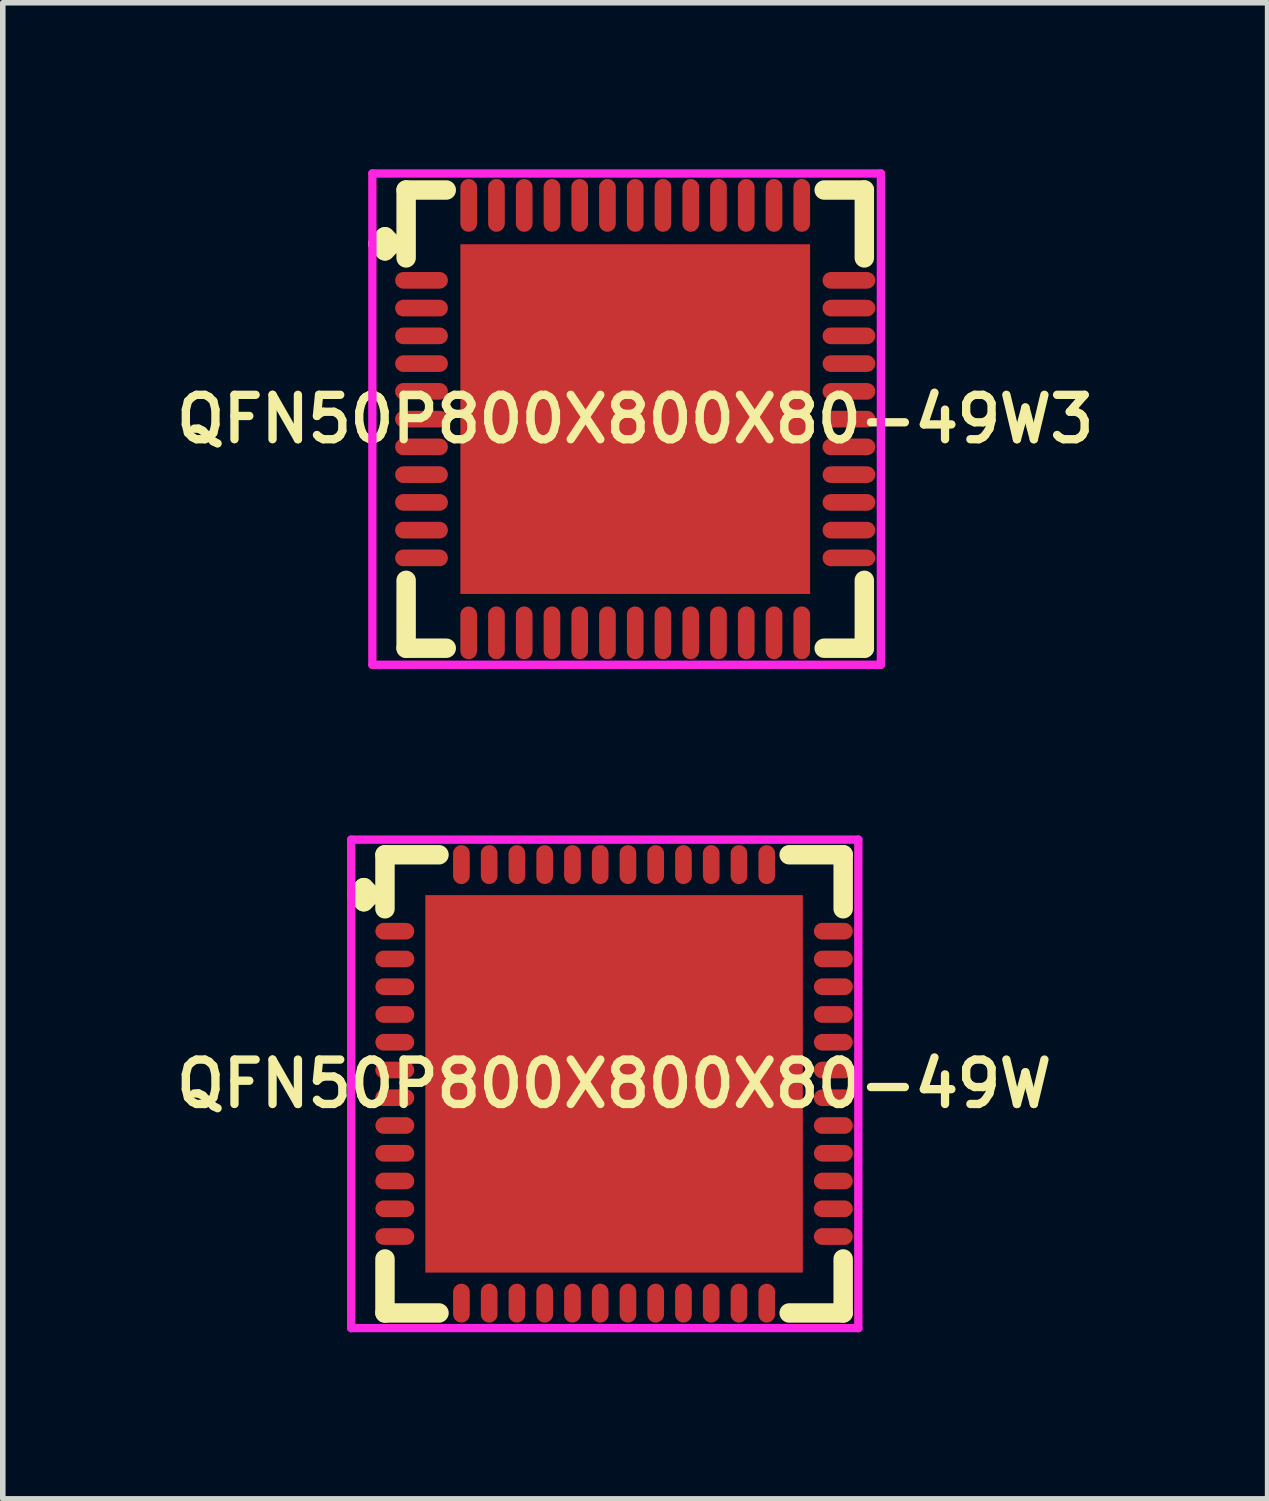
<source format=kicad_pcb>
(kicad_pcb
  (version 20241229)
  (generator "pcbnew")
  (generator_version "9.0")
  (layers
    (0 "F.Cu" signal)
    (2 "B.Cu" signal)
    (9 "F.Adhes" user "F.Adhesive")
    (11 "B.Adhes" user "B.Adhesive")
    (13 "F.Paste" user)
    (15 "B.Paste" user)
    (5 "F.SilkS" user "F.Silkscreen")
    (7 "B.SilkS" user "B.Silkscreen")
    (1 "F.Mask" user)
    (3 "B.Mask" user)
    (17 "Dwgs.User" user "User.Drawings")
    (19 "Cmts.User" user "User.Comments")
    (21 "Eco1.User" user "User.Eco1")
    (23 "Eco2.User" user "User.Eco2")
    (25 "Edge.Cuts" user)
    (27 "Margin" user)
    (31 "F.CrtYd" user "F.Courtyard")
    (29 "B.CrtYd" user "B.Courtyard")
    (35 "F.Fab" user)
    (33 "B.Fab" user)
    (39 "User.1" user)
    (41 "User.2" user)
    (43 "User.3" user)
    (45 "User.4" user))
  (footprint "QFN50P800X800X80-49W3"
    (layer "F.Cu")
    (at 8.393 4.5)
    (property "Reference" "QFN50P800X800X80-49W3" (at 0 0 0) (layer "F.SilkS") (effects (font (size 0.8 0.8) (thickness 0.15))))
    (attr through_hole)
    (fp_line (start -4.635 -3.158) (end -4.508 -3.285) (stroke (width 0.35) (type solid)) (layer "F.SilkS"))
    (fp_line (start -4.508 -3.285) (end -4.381 -3.158) (stroke (width 0.35) (type solid)) (layer "F.SilkS"))
    (fp_line (start -4.508 -3.031) (end -4.635 -3.158) (stroke (width 0.35) (type solid)) (layer "F.SilkS"))
    (fp_line (start -4.381 -3.158) (end -4.508 -3.031) (stroke (width 0.35) (type solid)) (layer "F.SilkS"))
    (fp_line (start -4.127 -4.127) (end -3.404 -4.127) (stroke (width 0.35) (type solid)) (layer "F.SilkS"))
    (fp_line (start -4.127 -2.904) (end -4.127 -4.127) (stroke (width 0.35) (type solid)) (layer "F.SilkS"))
    (fp_line (start -4.127 2.904) (end -4.127 4.127) (stroke (width 0.35) (type solid)) (layer "F.SilkS"))
    (fp_line (start -4.127 4.127) (end -3.404 4.127) (stroke (width 0.35) (type solid)) (layer "F.SilkS"))
    (fp_line (start 3.404 -4.127) (end 4.127 -4.127) (stroke (width 0.35) (type solid)) (layer "F.SilkS"))
    (fp_line (start 3.404 4.127) (end 4.127 4.127) (stroke (width 0.35) (type solid)) (layer "F.SilkS"))
    (fp_line (start 4.127 -4.127) (end 4.127 -2.904) (stroke (width 0.35) (type solid)) (layer "F.SilkS"))
    (fp_line (start 4.127 4.127) (end 4.127 2.904) (stroke (width 0.35) (type solid)) (layer "F.SilkS"))
    (fp_line (start -4.735 -4.425) (end 4.425 -4.425) (stroke (width 0.15) (type solid)) (layer "F.CrtYd"))
    (fp_line (start -4.735 4.425) (end -4.735 -4.425) (stroke (width 0.15) (type solid)) (layer "F.CrtYd"))
    (fp_line (start 4.425 -4.425) (end 4.425 4.425) (stroke (width 0.15) (type solid)) (layer "F.CrtYd"))
    (fp_line (start 4.425 4.425) (end -4.735 4.425) (stroke (width 0.15) (type solid)) (layer "F.CrtYd"))
    (pad "1" smd oval (at -3.85 -2.5) (size 0.95 0.3) (layers "F.Cu" "F.Mask" "F.Paste"))
    (pad "2" smd oval (at -3.85 -2) (size 0.95 0.3) (layers "F.Cu" "F.Mask" "F.Paste"))
    (pad "3" smd oval (at -3.85 -1.5) (size 0.95 0.3) (layers "F.Cu" "F.Mask" "F.Paste"))
    (pad "4" smd oval (at -3.85 -1) (size 0.95 0.3) (layers "F.Cu" "F.Mask" "F.Paste"))
    (pad "5" smd oval (at -3.85 -0.5) (size 0.95 0.3) (layers "F.Cu" "F.Mask" "F.Paste"))
    (pad "6" smd oval (at -3.85 0) (size 0.95 0.3) (layers "F.Cu" "F.Mask" "F.Paste"))
    (pad "7" smd oval (at -3.85 0.5) (size 0.95 0.3) (layers "F.Cu" "F.Mask" "F.Paste"))
    (pad "8" smd oval (at -3.85 1) (size 0.95 0.3) (layers "F.Cu" "F.Mask" "F.Paste"))
    (pad "9" smd oval (at -3.85 1.5) (size 0.95 0.3) (layers "F.Cu" "F.Mask" "F.Paste"))
    (pad "10" smd oval (at -3.85 2) (size 0.95 0.3) (layers "F.Cu" "F.Mask" "F.Paste"))
    (pad "11" smd oval (at -3.85 2.5) (size 0.95 0.3) (layers "F.Cu" "F.Mask" "F.Paste"))
    (pad "12" smd oval (at -3 3.85) (size 0.3 0.95) (layers "F.Cu" "F.Mask" "F.Paste"))
    (pad "13" smd oval (at -2.5 3.85) (size 0.3 0.95) (layers "F.Cu" "F.Mask" "F.Paste"))
    (pad "14" smd oval (at -2 3.85) (size 0.3 0.95) (layers "F.Cu" "F.Mask" "F.Paste"))
    (pad "15" smd oval (at -1.5 3.85) (size 0.3 0.95) (layers "F.Cu" "F.Mask" "F.Paste"))
    (pad "16" smd oval (at -1 3.85) (size 0.3 0.95) (layers "F.Cu" "F.Mask" "F.Paste"))
    (pad "17" smd oval (at -0.5 3.85) (size 0.3 0.95) (layers "F.Cu" "F.Mask" "F.Paste"))
    (pad "18" smd oval (at 0 3.85) (size 0.3 0.95) (layers "F.Cu" "F.Mask" "F.Paste"))
    (pad "19" smd oval (at 0.5 3.85) (size 0.3 0.95) (layers "F.Cu" "F.Mask" "F.Paste"))
    (pad "20" smd oval (at 1 3.85) (size 0.3 0.95) (layers "F.Cu" "F.Mask" "F.Paste"))
    (pad "21" smd oval (at 1.5 3.85) (size 0.3 0.95) (layers "F.Cu" "F.Mask" "F.Paste"))
    (pad "22" smd oval (at 2 3.85) (size 0.3 0.95) (layers "F.Cu" "F.Mask" "F.Paste"))
    (pad "23" smd oval (at 2.5 3.85) (size 0.3 0.95) (layers "F.Cu" "F.Mask" "F.Paste"))
    (pad "24" smd oval (at 3 3.85) (size 0.3 0.95) (layers "F.Cu" "F.Mask" "F.Paste"))
    (pad "25" smd oval (at 3.85 2.5) (size 0.95 0.3) (layers "F.Cu" "F.Mask" "F.Paste"))
    (pad "26" smd oval (at 3.85 2) (size 0.95 0.3) (layers "F.Cu" "F.Mask" "F.Paste"))
    (pad "27" smd oval (at 3.85 1.5) (size 0.95 0.3) (layers "F.Cu" "F.Mask" "F.Paste"))
    (pad "28" smd oval (at 3.85 1) (size 0.95 0.3) (layers "F.Cu" "F.Mask" "F.Paste"))
    (pad "29" smd oval (at 3.85 0.5) (size 0.95 0.3) (layers "F.Cu" "F.Mask" "F.Paste"))
    (pad "30" smd oval (at 3.85 0) (size 0.95 0.3) (layers "F.Cu" "F.Mask" "F.Paste"))
    (pad "31" smd oval (at 3.85 -0.5) (size 0.95 0.3) (layers "F.Cu" "F.Mask" "F.Paste"))
    (pad "32" smd oval (at 3.85 -1) (size 0.95 0.3) (layers "F.Cu" "F.Mask" "F.Paste"))
    (pad "33" smd oval (at 3.85 -1.5) (size 0.95 0.3) (layers "F.Cu" "F.Mask" "F.Paste"))
    (pad "34" smd oval (at 3.85 -2) (size 0.95 0.3) (layers "F.Cu" "F.Mask" "F.Paste"))
    (pad "35" smd oval (at 3.85 -2.5) (size 0.95 0.3) (layers "F.Cu" "F.Mask" "F.Paste"))
    (pad "36" smd oval (at 3 -3.85) (size 0.3 0.95) (layers "F.Cu" "F.Mask" "F.Paste"))
    (pad "37" smd oval (at 2.5 -3.85) (size 0.3 0.95) (layers "F.Cu" "F.Mask" "F.Paste"))
    (pad "38" smd oval (at 2 -3.85) (size 0.3 0.95) (layers "F.Cu" "F.Mask" "F.Paste"))
    (pad "39" smd oval (at 1.5 -3.85) (size 0.3 0.95) (layers "F.Cu" "F.Mask" "F.Paste"))
    (pad "40" smd oval (at 1 -3.85) (size 0.3 0.95) (layers "F.Cu" "F.Mask" "F.Paste"))
    (pad "41" smd oval (at 0.5 -3.85) (size 0.3 0.95) (layers "F.Cu" "F.Mask" "F.Paste"))
    (pad "42" smd oval (at 0 -3.85) (size 0.3 0.95) (layers "F.Cu" "F.Mask" "F.Paste"))
    (pad "43" smd oval (at -0.5 -3.85) (size 0.3 0.95) (layers "F.Cu" "F.Mask" "F.Paste"))
    (pad "44" smd oval (at -1 -3.85) (size 0.3 0.95) (layers "F.Cu" "F.Mask" "F.Paste"))
    (pad "45" smd oval (at -1.5 -3.85) (size 0.3 0.95) (layers "F.Cu" "F.Mask" "F.Paste"))
    (pad "46" smd oval (at -2 -3.85) (size 0.3 0.95) (layers "F.Cu" "F.Mask" "F.Paste"))
    (pad "47" smd oval (at -2.5 -3.85) (size 0.3 0.95) (layers "F.Cu" "F.Mask" "F.Paste"))
    (pad "48" smd oval (at -3 -3.85) (size 0.3 0.95) (layers "F.Cu" "F.Mask" "F.Paste"))
    (pad "49" smd rect (at 0 0) (size 6.3 6.3) (layers "F.Cu" "F.Mask" "F.Paste")))
  (footprint "QFN50P800X800X80-49W"
    (layer "F.Cu")
    (at 8.012 16.475)
    (property "Reference" "QFN50P800X800X80-49W" (at 0 0 0) (layer "F.SilkS") (effects (font (size 0.8 0.8) (thickness 0.15))))
    (attr through_hole)
    (fp_line (start -4.635 -3.408) (end -4.508 -3.535) (stroke (width 0.35) (type solid)) (layer "F.SilkS"))
    (fp_line (start -4.508 -3.535) (end -4.381 -3.408) (stroke (width 0.35) (type solid)) (layer "F.SilkS"))
    (fp_line (start -4.508 -3.281) (end -4.635 -3.408) (stroke (width 0.35) (type solid)) (layer "F.SilkS"))
    (fp_line (start -4.381 -3.408) (end -4.508 -3.281) (stroke (width 0.35) (type solid)) (layer "F.SilkS"))
    (fp_line (start -4.127 -4.127) (end -3.154 -4.127) (stroke (width 0.35) (type solid)) (layer "F.SilkS"))
    (fp_line (start -4.127 -3.154) (end -4.127 -4.127) (stroke (width 0.35) (type solid)) (layer "F.SilkS"))
    (fp_line (start -4.127 3.154) (end -4.127 4.127) (stroke (width 0.35) (type solid)) (layer "F.SilkS"))
    (fp_line (start -4.127 4.127) (end -3.154 4.127) (stroke (width 0.35) (type solid)) (layer "F.SilkS"))
    (fp_line (start 3.154 -4.127) (end 4.127 -4.127) (stroke (width 0.35) (type solid)) (layer "F.SilkS"))
    (fp_line (start 3.154 4.127) (end 4.127 4.127) (stroke (width 0.35) (type solid)) (layer "F.SilkS"))
    (fp_line (start 4.127 -4.127) (end 4.127 -3.154) (stroke (width 0.35) (type solid)) (layer "F.SilkS"))
    (fp_line (start 4.127 4.127) (end 4.127 3.154) (stroke (width 0.35) (type solid)) (layer "F.SilkS"))
    (fp_line (start -4.735 -4.4) (end 4.4 -4.4) (stroke (width 0.15) (type solid)) (layer "F.CrtYd"))
    (fp_line (start -4.735 4.4) (end -4.735 -4.4) (stroke (width 0.15) (type solid)) (layer "F.CrtYd"))
    (fp_line (start 4.4 -4.4) (end 4.4 4.4) (stroke (width 0.15) (type solid)) (layer "F.CrtYd"))
    (fp_line (start 4.4 4.4) (end -4.735 4.4) (stroke (width 0.15) (type solid)) (layer "F.CrtYd"))
    (pad "1" smd oval (at -3.95 -2.75) (size 0.7 0.3) (layers "F.Cu" "F.Mask" "F.Paste"))
    (pad "2" smd oval (at -3.95 -2.25) (size 0.7 0.3) (layers "F.Cu" "F.Mask" "F.Paste"))
    (pad "3" smd oval (at -3.95 -1.75) (size 0.7 0.3) (layers "F.Cu" "F.Mask" "F.Paste"))
    (pad "4" smd oval (at -3.95 -1.25) (size 0.7 0.3) (layers "F.Cu" "F.Mask" "F.Paste"))
    (pad "5" smd oval (at -3.95 -0.75) (size 0.7 0.3) (layers "F.Cu" "F.Mask" "F.Paste"))
    (pad "6" smd oval (at -3.95 -0.25) (size 0.7 0.3) (layers "F.Cu" "F.Mask" "F.Paste"))
    (pad "7" smd oval (at -3.95 0.25) (size 0.7 0.3) (layers "F.Cu" "F.Mask" "F.Paste"))
    (pad "8" smd oval (at -3.95 0.75) (size 0.7 0.3) (layers "F.Cu" "F.Mask" "F.Paste"))
    (pad "9" smd oval (at -3.95 1.25) (size 0.7 0.3) (layers "F.Cu" "F.Mask" "F.Paste"))
    (pad "10" smd oval (at -3.95 1.75) (size 0.7 0.3) (layers "F.Cu" "F.Mask" "F.Paste"))
    (pad "11" smd oval (at -3.95 2.25) (size 0.7 0.3) (layers "F.Cu" "F.Mask" "F.Paste"))
    (pad "12" smd oval (at -3.95 2.75) (size 0.7 0.3) (layers "F.Cu" "F.Mask" "F.Paste"))
    (pad "13" smd oval (at -2.75 3.95) (size 0.3 0.7) (layers "F.Cu" "F.Mask" "F.Paste"))
    (pad "14" smd oval (at -2.25 3.95) (size 0.3 0.7) (layers "F.Cu" "F.Mask" "F.Paste"))
    (pad "15" smd oval (at -1.75 3.95) (size 0.3 0.7) (layers "F.Cu" "F.Mask" "F.Paste"))
    (pad "16" smd oval (at -1.25 3.95) (size 0.3 0.7) (layers "F.Cu" "F.Mask" "F.Paste"))
    (pad "17" smd oval (at -0.75 3.95) (size 0.3 0.7) (layers "F.Cu" "F.Mask" "F.Paste"))
    (pad "18" smd oval (at -0.25 3.95) (size 0.3 0.7) (layers "F.Cu" "F.Mask" "F.Paste"))
    (pad "19" smd oval (at 0.25 3.95) (size 0.3 0.7) (layers "F.Cu" "F.Mask" "F.Paste"))
    (pad "20" smd oval (at 0.75 3.95) (size 0.3 0.7) (layers "F.Cu" "F.Mask" "F.Paste"))
    (pad "21" smd oval (at 1.25 3.95) (size 0.3 0.7) (layers "F.Cu" "F.Mask" "F.Paste"))
    (pad "22" smd oval (at 1.75 3.95) (size 0.3 0.7) (layers "F.Cu" "F.Mask" "F.Paste"))
    (pad "23" smd oval (at 2.25 3.95) (size 0.3 0.7) (layers "F.Cu" "F.Mask" "F.Paste"))
    (pad "24" smd oval (at 2.75 3.95) (size 0.3 0.7) (layers "F.Cu" "F.Mask" "F.Paste"))
    (pad "25" smd oval (at 3.95 2.75) (size 0.7 0.3) (layers "F.Cu" "F.Mask" "F.Paste"))
    (pad "26" smd oval (at 3.95 2.25) (size 0.7 0.3) (layers "F.Cu" "F.Mask" "F.Paste"))
    (pad "27" smd oval (at 3.95 1.75) (size 0.7 0.3) (layers "F.Cu" "F.Mask" "F.Paste"))
    (pad "28" smd oval (at 3.95 1.25) (size 0.7 0.3) (layers "F.Cu" "F.Mask" "F.Paste"))
    (pad "29" smd oval (at 3.95 0.75) (size 0.7 0.3) (layers "F.Cu" "F.Mask" "F.Paste"))
    (pad "30" smd oval (at 3.95 0.25) (size 0.7 0.3) (layers "F.Cu" "F.Mask" "F.Paste"))
    (pad "31" smd oval (at 3.95 -0.25) (size 0.7 0.3) (layers "F.Cu" "F.Mask" "F.Paste"))
    (pad "32" smd oval (at 3.95 -0.75) (size 0.7 0.3) (layers "F.Cu" "F.Mask" "F.Paste"))
    (pad "33" smd oval (at 3.95 -1.25) (size 0.7 0.3) (layers "F.Cu" "F.Mask" "F.Paste"))
    (pad "34" smd oval (at 3.95 -1.75) (size 0.7 0.3) (layers "F.Cu" "F.Mask" "F.Paste"))
    (pad "35" smd oval (at 3.95 -2.25) (size 0.7 0.3) (layers "F.Cu" "F.Mask" "F.Paste"))
    (pad "36" smd oval (at 3.95 -2.75) (size 0.7 0.3) (layers "F.Cu" "F.Mask" "F.Paste"))
    (pad "37" smd oval (at 2.75 -3.95) (size 0.3 0.7) (layers "F.Cu" "F.Mask" "F.Paste"))
    (pad "38" smd oval (at 2.25 -3.95) (size 0.3 0.7) (layers "F.Cu" "F.Mask" "F.Paste"))
    (pad "39" smd oval (at 1.75 -3.95) (size 0.3 0.7) (layers "F.Cu" "F.Mask" "F.Paste"))
    (pad "40" smd oval (at 1.25 -3.95) (size 0.3 0.7) (layers "F.Cu" "F.Mask" "F.Paste"))
    (pad "41" smd oval (at 0.75 -3.95) (size 0.3 0.7) (layers "F.Cu" "F.Mask" "F.Paste"))
    (pad "42" smd oval (at 0.25 -3.95) (size 0.3 0.7) (layers "F.Cu" "F.Mask" "F.Paste"))
    (pad "43" smd oval (at -0.25 -3.95) (size 0.3 0.7) (layers "F.Cu" "F.Mask" "F.Paste"))
    (pad "44" smd oval (at -0.75 -3.95) (size 0.3 0.7) (layers "F.Cu" "F.Mask" "F.Paste"))
    (pad "45" smd oval (at -1.25 -3.95) (size 0.3 0.7) (layers "F.Cu" "F.Mask" "F.Paste"))
    (pad "46" smd oval (at -1.75 -3.95) (size 0.3 0.7) (layers "F.Cu" "F.Mask" "F.Paste"))
    (pad "47" smd oval (at -2.25 -3.95) (size 0.3 0.7) (layers "F.Cu" "F.Mask" "F.Paste"))
    (pad "48" smd oval (at -2.75 -3.95) (size 0.3 0.7) (layers "F.Cu" "F.Mask" "F.Paste"))
    (pad "49" smd rect (at 0 0) (size 6.8 6.8) (layers "F.Cu" "F.Mask" "F.Paste")))
  (gr_rect
    (start -3 -3)
    (end 19.785 23.95)
    (stroke (width 0.1) (type default))
    (fill no)
    (layer "Edge.Cuts")))
</source>
